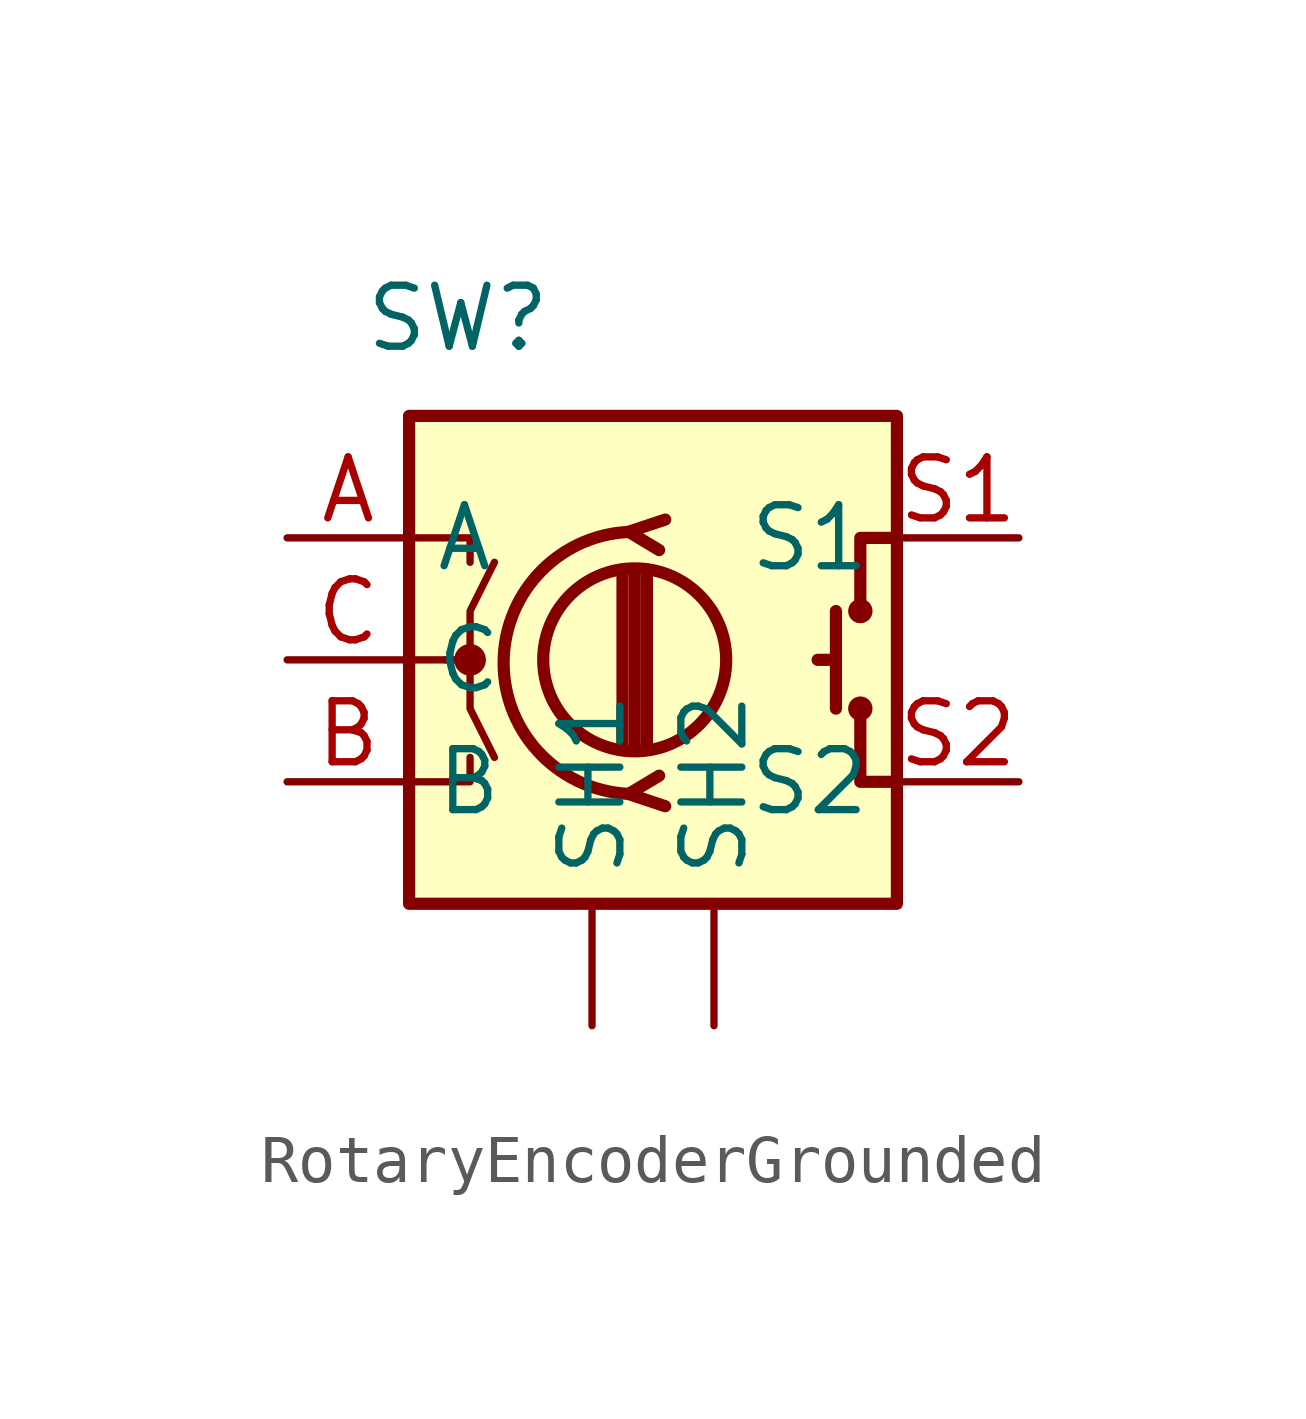
<source format=kicad_sym>
(kicad_symbol_lib
  (version 20231120)
  (generator "kicad_symbol_editor")
  (generator_version "8.0")
  (symbol "RotaryEncoderGrounded"
    (property "Reference" "SW"
      (at 3.556 4.572 0)
      (effects (font (size 1.27 1.27))))
    (property "Value" ""
      (at 0 0 0)
      (effects (font (size 1.27 1.27))))
    (symbol "RotaryEncoderGrounded_0_1"
      (polyline (pts (xy 6.985 -4.318) (xy 6.985 -0.762)) (stroke (width 0.254) (type default)) (fill (type none)))
      (polyline (pts (xy 7.239 -4.318) (xy 7.239 -0.762)) (stroke (width 0.254) (type default)) (fill (type none)))
      (polyline (pts (xy 7.493 -0.762) (xy 7.493 -4.318)) (stroke (width 0.254) (type default)) (fill (type none)))
      (polyline (pts (xy 11.43 -2.54) (xy 11.049 -2.54)) (stroke (width 0.254) (type default)) (fill (type none)))
      (polyline (pts (xy 11.43 -1.524) (xy 11.43 -3.556)) (stroke (width 0.254) (type default)) (fill (type none)))
      (polyline (pts (xy 2.54 -5.08) (xy 3.81 -5.08) (xy 3.81 -4.572)) (stroke (width 0) (type default)) (fill (type none)))
      (polyline (pts (xy 2.54 0) (xy 3.81 0) (xy 3.81 -0.508)) (stroke (width 0) (type default)) (fill (type none)))
      (polyline (pts (xy 7.874 -5.588) (xy 7.112 -5.334) (xy 7.747 -4.953)) (stroke (width 0.254) (type default)) (fill (type none)))
      (polyline (pts (xy 7.874 0.381) (xy 7.112 0.127) (xy 7.747 -0.254)) (stroke (width 0.254) (type default)) (fill (type none)))
      (polyline (pts (xy 12.7 -5.08) (xy 11.938 -5.08) (xy 11.938 -3.556)) (stroke (width 0.254) (type default)) (fill (type none)))
      (polyline (pts (xy 12.7 0) (xy 11.938 0) (xy 11.938 -1.524)) (stroke (width 0.254) (type default)) (fill (type none)))
      (polyline (pts (xy 2.54 -2.54) (xy 3.81 -2.54) (xy 3.81 -3.556) (xy 4.318 -4.572)) (stroke (width 0) (type default)) (fill (type none)))
      (polyline (pts (xy 3.302 -2.54) (xy 3.81 -2.54) (xy 3.81 -1.524) (xy 4.318 -0.508)) (stroke (width 0) (type default)) (fill (type none)))
      (rectangle (start 2.54 2.54) (end 12.7 -7.62) (stroke (width 0.254) (type default)) (fill (type background)))
      (circle (center 3.81 -2.54) (radius 0.254) (stroke (width 0) (type default)) (fill (type outline)))
      (circle (center 7.239 -2.54) (radius 1.905) (stroke (width 0.254) (type default)) (fill (type none)))
      (arc (start 7.239 0.127) (mid 4.5212 -2.6035) (end 7.239 -5.334) (stroke (width 0.254) (type default)) (fill (type none)))
      (circle (center 11.938 -3.556) (radius 0.127) (stroke (width 0.254) (type default)) (fill (type none)))
      (circle (center 11.938 -1.524) (radius 0.127) (stroke (width 0.254) (type default)) (fill (type none))))
    (symbol "RotaryEncoderGrounded_1_1"
      (pin passive line (at 6.35 -10.16 90) (length 2.54) (name "SH1" (effects (font (size 1.27 1.27)))) (number "" (effects (font (size 1.27 1.27)))))
      (pin passive line (at 8.89 -10.16 90) (length 2.54) (name "SH2" (effects (font (size 1.27 1.27)))) (number "" (effects (font (size 1.27 1.27)))))
      (pin passive line (at 0 0 0) (length 2.54) (name "A" (effects (font (size 1.27 1.27)))) (number "A" (effects (font (size 1.27 1.27)))))
      (pin passive line (at 0 -5.08 0) (length 2.54) (name "B" (effects (font (size 1.27 1.27)))) (number "B" (effects (font (size 1.27 1.27)))))
      (pin passive line (at 0 -2.54 0) (length 2.54) (name "C" (effects (font (size 1.27 1.27)))) (number "C" (effects (font (size 1.27 1.27)))))
      (pin passive line (at 15.24 0 180) (length 2.54) (name "S1" (effects (font (size 1.27 1.27)))) (number "S1" (effects (font (size 1.27 1.27)))))
      (pin passive line (at 15.24 -5.08 180) (length 2.54) (name "S2" (effects (font (size 1.27 1.27)))) (number "S2" (effects (font (size 1.27 1.27))))))))
</source>
